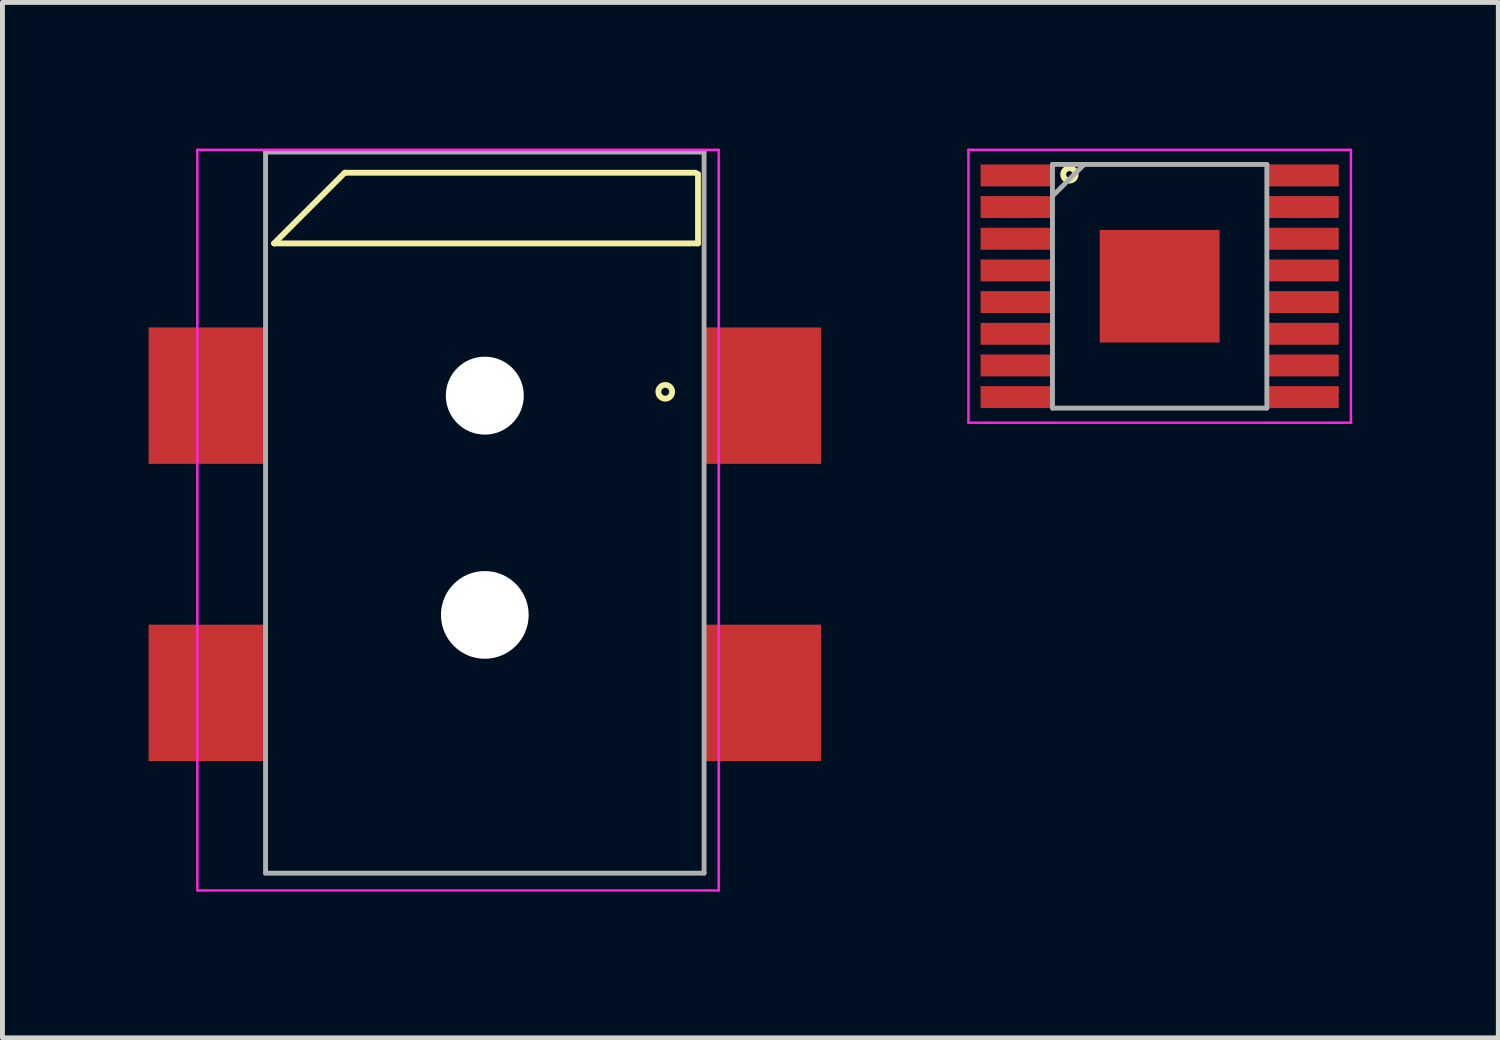
<source format=kicad_pcb>
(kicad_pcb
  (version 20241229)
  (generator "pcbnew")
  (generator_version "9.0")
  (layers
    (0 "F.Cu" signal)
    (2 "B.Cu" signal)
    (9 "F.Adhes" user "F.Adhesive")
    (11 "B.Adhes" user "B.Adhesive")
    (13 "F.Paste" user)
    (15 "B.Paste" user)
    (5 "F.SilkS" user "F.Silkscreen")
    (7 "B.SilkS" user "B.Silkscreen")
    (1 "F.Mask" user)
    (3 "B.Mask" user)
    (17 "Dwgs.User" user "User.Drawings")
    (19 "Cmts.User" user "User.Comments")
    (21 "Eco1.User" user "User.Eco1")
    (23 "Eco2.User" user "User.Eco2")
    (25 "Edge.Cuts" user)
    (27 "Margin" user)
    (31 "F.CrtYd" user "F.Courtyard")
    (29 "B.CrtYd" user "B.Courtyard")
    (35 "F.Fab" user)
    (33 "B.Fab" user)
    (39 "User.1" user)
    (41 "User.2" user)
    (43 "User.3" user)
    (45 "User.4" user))
  (footprint "DRV8876PWPR"
    (layer "F.Cu")
    (at 20.75 2.825)
    (property "Reference" "DRV8876PWPR" (at 0.114 -1.537 0) (layer "Eco2.User") (effects (font (size 0.3 0.3) (thickness 0.075))))
    (attr smd)
    (fp_circle (center -1.852 -2.296) (end -1.778 -2.192) (stroke (width 0.12) (type solid)) (fill no) (layer "F.SilkS"))
    (fp_line (start -3.925 -2.8) (end 3.925 -2.8) (stroke (width 0.05) (type solid)) (layer "F.CrtYd"))
    (fp_line (start -3.925 2.8) (end -3.925 -2.8) (stroke (width 0.05) (type solid)) (layer "F.CrtYd"))
    (fp_line (start 3.925 -2.8) (end 3.925 2.8) (stroke (width 0.05) (type solid)) (layer "F.CrtYd"))
    (fp_line (start 3.925 2.8) (end -3.925 2.8) (stroke (width 0.05) (type solid)) (layer "F.CrtYd"))
    (fp_line (start -2.2 -2.5) (end 2.2 -2.5) (stroke (width 0.1) (type solid)) (layer "F.Fab"))
    (fp_line (start -2.2 -1.85) (end -1.55 -2.5) (stroke (width 0.1) (type solid)) (layer "F.Fab"))
    (fp_line (start -2.2 2.5) (end -2.2 -2.5) (stroke (width 0.1) (type solid)) (layer "F.Fab"))
    (fp_line (start 2.2 -2.5) (end 2.2 2.5) (stroke (width 0.1) (type solid)) (layer "F.Fab"))
    (fp_line (start 2.2 2.5) (end -2.2 2.5) (stroke (width 0.1) (type solid)) (layer "F.Fab"))
    (pad "1" smd rect (at -2.938 -2.275 90) (size 0.45 1.475) (layers "F.Cu" "F.Mask" "F.Paste"))
    (pad "2" smd rect (at -2.938 -1.625 90) (size 0.45 1.475) (layers "F.Cu" "F.Mask" "F.Paste"))
    (pad "3" smd rect (at -2.938 -0.975 90) (size 0.45 1.475) (layers "F.Cu" "F.Mask" "F.Paste"))
    (pad "4" smd rect (at -2.938 -0.325 90) (size 0.45 1.475) (layers "F.Cu" "F.Mask" "F.Paste"))
    (pad "5" smd rect (at -2.938 0.325 90) (size 0.45 1.475) (layers "F.Cu" "F.Mask" "F.Paste"))
    (pad "6" smd rect (at -2.938 0.975 90) (size 0.45 1.475) (layers "F.Cu" "F.Mask" "F.Paste"))
    (pad "7" smd rect (at -2.938 1.625 90) (size 0.45 1.475) (layers "F.Cu" "F.Mask" "F.Paste"))
    (pad "8" smd rect (at -2.938 2.275 90) (size 0.45 1.475) (layers "F.Cu" "F.Mask" "F.Paste"))
    (pad "9" smd rect (at 2.938 2.275 90) (size 0.45 1.475) (layers "F.Cu" "F.Mask" "F.Paste"))
    (pad "10" smd rect (at 2.938 1.625 90) (size 0.45 1.475) (layers "F.Cu" "F.Mask" "F.Paste"))
    (pad "11" smd rect (at 2.938 0.975 90) (size 0.45 1.475) (layers "F.Cu" "F.Mask" "F.Paste"))
    (pad "12" smd rect (at 2.938 0.325 90) (size 0.45 1.475) (layers "F.Cu" "F.Mask" "F.Paste"))
    (pad "13" smd rect (at 2.938 -0.325 90) (size 0.45 1.475) (layers "F.Cu" "F.Mask" "F.Paste"))
    (pad "14" smd rect (at 2.938 -0.975 90) (size 0.45 1.475) (layers "F.Cu" "F.Mask" "F.Paste"))
    (pad "15" smd rect (at 2.938 -1.625 90) (size 0.45 1.475) (layers "F.Cu" "F.Mask" "F.Paste"))
    (pad "16" smd rect (at 2.938 -2.275 90) (size 0.45 1.475) (layers "F.Cu" "F.Mask" "F.Paste"))
    (pad "17" smd rect (at 0 0 90) (size 2.31 2.46) (layers "F.Cu" "F.Mask" "F.Paste")))
  (footprint "DCJack_DC-005-5A-2.0-SMT"
    (layer "F.Cu")
    (at 6.9 7.47)
    (property "Reference" "DCJack_DC-005-5A-2.0-SMT" (at -0.165 -0.102 0) (layer "Eco2.User") (effects (font (size 0.3 0.3) (thickness 0.075))))
    (attr smd)
    (fp_line (start -4.325 -5.525) (end 4.375 -5.525) (stroke (width 0.12) (type solid)) (layer "F.SilkS"))
    (fp_line (start -2.875 -6.975) (end -4.325 -5.525) (stroke (width 0.12) (type solid)) (layer "F.SilkS"))
    (fp_line (start 4.325 -6.975) (end -2.875 -6.975) (stroke (width 0.12) (type solid)) (layer "F.SilkS"))
    (fp_line (start 4.375 -5.525) (end 4.375 -6.95) (stroke (width 0.12) (type solid)) (layer "F.SilkS"))
    (fp_circle (center 3.703 -2.479) (end 3.721 -2.339) (stroke (width 0.12) (type solid)) (fill no) (layer "F.SilkS"))
    (fp_line (start -5.9 -7.445) (end -5.9 7.755) (stroke (width 0.05) (type solid)) (layer "F.CrtYd"))
    (fp_line (start -5.9 -7.445) (end 4.8 -7.445) (stroke (width 0.05) (type solid)) (layer "F.CrtYd"))
    (fp_line (start -5.9 7.755) (end 4.8 7.755) (stroke (width 0.05) (type solid)) (layer "F.CrtYd"))
    (fp_line (start 4.8 -7.445) (end 4.8 7.755) (stroke (width 0.05) (type solid)) (layer "F.CrtYd"))
    (fp_line (start -4.5 -7.4) (end 4.5 -7.4) (stroke (width 0.1) (type solid)) (layer "F.Fab"))
    (fp_line (start -4.5 7.4) (end -4.5 -7.4) (stroke (width 0.1) (type solid)) (layer "F.Fab"))
    (fp_line (start -4.5 7.4) (end 4.5 7.4) (stroke (width 0.1) (type solid)) (layer "F.Fab"))
    (fp_line (start 4.5 7.4) (end 4.5 -7.4) (stroke (width 0.1) (type solid)) (layer "F.Fab"))
    (pad "" np_thru_hole circle (at 0 -2.4) (size 1.6 1.6) (drill 1.6) (layers "*.Cu" "*.Mask"))
    (pad "" np_thru_hole circle (at 0 2.1) (size 1.8 1.8) (drill 1.8) (layers "*.Cu" "*.Mask"))
    (pad "1" smd rect (at 5.7 -2.4) (size 2.4 2.8) (layers "F.Cu" "F.Mask" "F.Paste"))
    (pad "1" smd rect (at 5.7 3.7) (size 2.4 2.8) (layers "F.Cu" "F.Mask" "F.Paste"))
    (pad "2" smd rect (at -5.7 -2.4) (size 2.4 2.8) (layers "F.Cu" "F.Mask" "F.Paste"))
    (pad "3" smd rect (at -5.7 3.7) (size 2.4 2.8) (layers "F.Cu" "F.Mask" "F.Paste")))
  (gr_rect
    (start -3 -3)
    (end 27.7 18.25)
    (stroke (width 0.1) (type default))
    (fill no)
    (layer "Edge.Cuts")))
</source>
